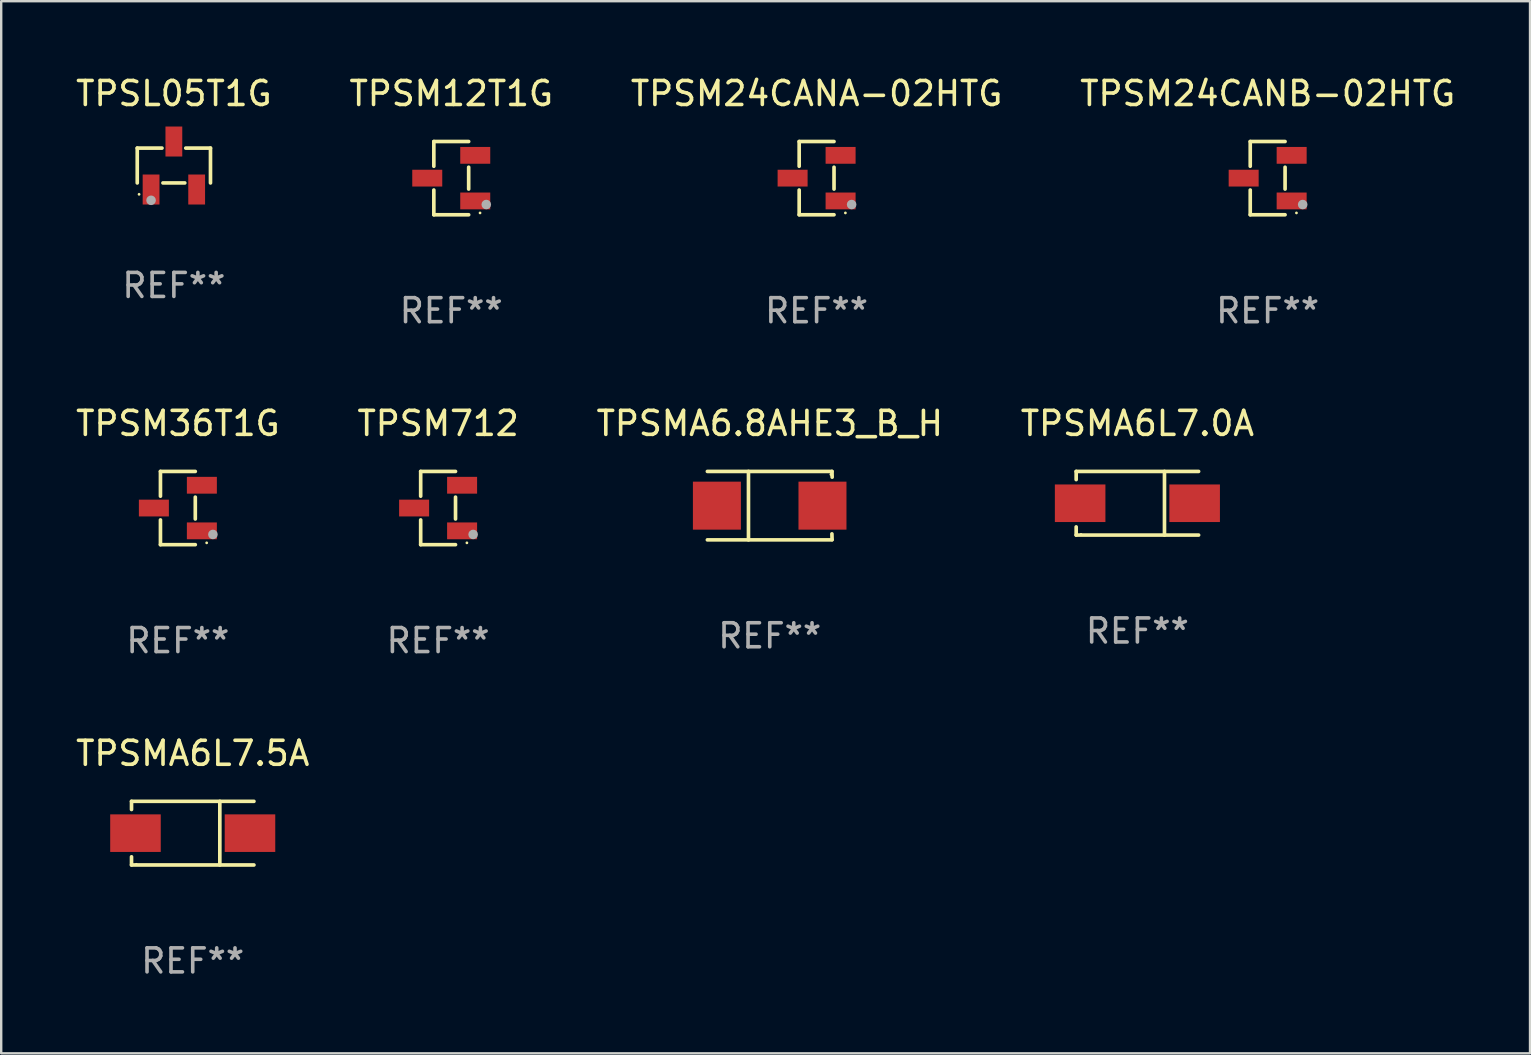
<source format=kicad_pcb>
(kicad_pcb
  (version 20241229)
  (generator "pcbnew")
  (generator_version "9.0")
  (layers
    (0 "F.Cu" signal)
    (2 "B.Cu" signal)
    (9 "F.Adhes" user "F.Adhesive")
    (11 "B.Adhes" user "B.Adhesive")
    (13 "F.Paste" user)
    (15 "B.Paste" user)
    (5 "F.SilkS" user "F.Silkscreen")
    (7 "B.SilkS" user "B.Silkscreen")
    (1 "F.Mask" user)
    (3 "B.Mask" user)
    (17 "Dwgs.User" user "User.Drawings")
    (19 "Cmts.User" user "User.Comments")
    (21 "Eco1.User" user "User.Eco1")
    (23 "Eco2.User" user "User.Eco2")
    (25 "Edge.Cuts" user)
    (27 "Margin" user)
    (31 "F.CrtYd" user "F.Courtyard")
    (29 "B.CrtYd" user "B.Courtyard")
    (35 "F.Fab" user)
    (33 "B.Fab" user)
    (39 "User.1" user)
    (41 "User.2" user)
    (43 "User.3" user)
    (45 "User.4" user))
  (footprint "TPSM24CANB-02HTG"
    (layer "F.Cu")
    (at 49.78 4.374)
    (property "Reference" "TPSM24CANB-02HTG" (at 0 -3.526 0) (layer "F.SilkS") (effects (font (size 1 1) (thickness 0.15))))
    (attr through_hole)
    (fp_line (start -0.726 -1.526) (end -0.726 -0.495) (stroke (width 0.152) (type solid)) (layer "F.SilkS"))
    (fp_line (start -0.726 1.526) (end -0.726 0.495) (stroke (width 0.152) (type solid)) (layer "F.SilkS"))
    (fp_line (start 0.726 -1.526) (end -0.726 -1.526) (stroke (width 0.152) (type solid)) (layer "F.SilkS"))
    (fp_line (start 0.726 -0.455) (end 0.726 0.455) (stroke (width 0.152) (type solid)) (layer "F.SilkS"))
    (fp_line (start 0.726 1.526) (end -0.726 1.526) (stroke (width 0.152) (type solid)) (layer "F.SilkS"))
    (fp_circle (center 1.2 1.45) (end 1.23 1.45) (stroke (width 0.06) (type solid)) (fill no) (layer "F.SilkS"))
    (fp_circle (center 1.46 1.1) (end 1.56 1.1) (stroke (width 0.2) (type solid)) (fill no) (layer "F.Fab"))
    (fp_text user "REF**" (at 0 5.526 0) (layer "F.Fab") (effects (font (size 1 1) (thickness 0.15))))
    (pad "1" smd rect (at 1 0.95) (size 1.25 0.7) (layers "F.Cu" "F.Mask" "F.Paste"))
    (pad "2" smd rect (at 1 -0.95) (size 1.25 0.7) (layers "F.Cu" "F.Mask" "F.Paste"))
    (pad "3" smd rect (at -1 0) (size 1.25 0.7) (layers "F.Cu" "F.Mask" "F.Paste")))
  (footprint "TPSMA6L7.5A"
    (layer "F.Cu")
    (at 4.982 31.672)
    (property "Reference" "TPSMA6L7.5A" (at 0 -3.326 0) (layer "F.SilkS") (effects (font (size 1 1) (thickness 0.15))))
    (attr through_hole)
    (fp_line (start -2.551 -1.326) (end -2.551 -0.986) (stroke (width 0.152) (type solid)) (layer "F.SilkS"))
    (fp_line (start -2.551 1.326) (end -2.551 0.986) (stroke (width 0.152) (type solid)) (layer "F.SilkS"))
    (fp_line (start 1.129 1.326) (end 1.129 -1.326) (stroke (width 0.152) (type solid)) (layer "F.SilkS"))
    (fp_line (start 2.551 -1.326) (end -2.551 -1.326) (stroke (width 0.152) (type solid)) (layer "F.SilkS"))
    (fp_line (start 2.551 1.326) (end -2.551 1.326) (stroke (width 0.152) (type solid)) (layer "F.SilkS"))
    (fp_circle (center -2.35 1.3) (end -2.32 1.3) (stroke (width 0.06) (type solid)) (fill no) (layer "F.SilkS"))
    (fp_text user "REF**" (at 0 5.326 0) (layer "F.Fab") (effects (font (size 1 1) (thickness 0.15))))
    (pad "1" smd rect (at -2.386 0) (size 2.107 1.566) (layers "F.Cu" "F.Mask" "F.Paste"))
    (pad "2" smd rect (at 2.386 0) (size 2.107 1.566) (layers "F.Cu" "F.Mask" "F.Paste")))
  (footprint "TPSM12T1G"
    (layer "F.Cu")
    (at 15.756 4.374)
    (property "Reference" "TPSM12T1G" (at 0 -3.526 0) (layer "F.SilkS") (effects (font (size 1 1) (thickness 0.15))))
    (attr through_hole)
    (fp_line (start -0.726 -1.526) (end -0.726 -0.495) (stroke (width 0.152) (type solid)) (layer "F.SilkS"))
    (fp_line (start -0.726 1.526) (end -0.726 0.495) (stroke (width 0.152) (type solid)) (layer "F.SilkS"))
    (fp_line (start 0.726 -1.526) (end -0.726 -1.526) (stroke (width 0.152) (type solid)) (layer "F.SilkS"))
    (fp_line (start 0.726 -0.455) (end 0.726 0.455) (stroke (width 0.152) (type solid)) (layer "F.SilkS"))
    (fp_line (start 0.726 1.526) (end -0.726 1.526) (stroke (width 0.152) (type solid)) (layer "F.SilkS"))
    (fp_circle (center 1.2 1.45) (end 1.23 1.45) (stroke (width 0.06) (type solid)) (fill no) (layer "F.SilkS"))
    (fp_circle (center 1.46 1.1) (end 1.56 1.1) (stroke (width 0.2) (type solid)) (fill no) (layer "F.Fab"))
    (fp_text user "REF**" (at 0 5.526 0) (layer "F.Fab") (effects (font (size 1 1) (thickness 0.15))))
    (pad "1" smd rect (at 1 0.95) (size 1.25 0.7) (layers "F.Cu" "F.Mask" "F.Paste"))
    (pad "2" smd rect (at 1 -0.95) (size 1.25 0.7) (layers "F.Cu" "F.Mask" "F.Paste"))
    (pad "3" smd rect (at -1 0) (size 1.25 0.7) (layers "F.Cu" "F.Mask" "F.Paste")))
  (footprint "TPSM36T1G"
    (layer "F.Cu")
    (at 4.363 18.123)
    (property "Reference" "TPSM36T1G" (at 0 -3.526 0) (layer "F.SilkS") (effects (font (size 1 1) (thickness 0.15))))
    (attr through_hole)
    (fp_line (start -0.726 -1.526) (end -0.726 -0.495) (stroke (width 0.152) (type solid)) (layer "F.SilkS"))
    (fp_line (start -0.726 1.526) (end -0.726 0.495) (stroke (width 0.152) (type solid)) (layer "F.SilkS"))
    (fp_line (start 0.726 -1.526) (end -0.726 -1.526) (stroke (width 0.152) (type solid)) (layer "F.SilkS"))
    (fp_line (start 0.726 -0.455) (end 0.726 0.455) (stroke (width 0.152) (type solid)) (layer "F.SilkS"))
    (fp_line (start 0.726 1.526) (end -0.726 1.526) (stroke (width 0.152) (type solid)) (layer "F.SilkS"))
    (fp_circle (center 1.2 1.45) (end 1.23 1.45) (stroke (width 0.06) (type solid)) (fill no) (layer "F.SilkS"))
    (fp_circle (center 1.46 1.1) (end 1.56 1.1) (stroke (width 0.2) (type solid)) (fill no) (layer "F.Fab"))
    (fp_text user "REF**" (at 0 5.526 0) (layer "F.Fab") (effects (font (size 1 1) (thickness 0.15))))
    (pad "1" smd rect (at 1 0.95) (size 1.25 0.7) (layers "F.Cu" "F.Mask" "F.Paste"))
    (pad "2" smd rect (at 1 -0.95) (size 1.25 0.7) (layers "F.Cu" "F.Mask" "F.Paste"))
    (pad "3" smd rect (at -1 0) (size 1.25 0.7) (layers "F.Cu" "F.Mask" "F.Paste")))
  (footprint "TPSMA6L7.0A"
    (layer "F.Cu")
    (at 44.351 17.923)
    (property "Reference" "TPSMA6L7.0A" (at 0 -3.326 0) (layer "F.SilkS") (effects (font (size 1 1) (thickness 0.15))))
    (attr through_hole)
    (fp_line (start -2.551 -1.326) (end -2.551 -0.986) (stroke (width 0.152) (type solid)) (layer "F.SilkS"))
    (fp_line (start -2.551 1.326) (end -2.551 0.986) (stroke (width 0.152) (type solid)) (layer "F.SilkS"))
    (fp_line (start 1.129 1.326) (end 1.129 -1.326) (stroke (width 0.152) (type solid)) (layer "F.SilkS"))
    (fp_line (start 2.551 -1.326) (end -2.551 -1.326) (stroke (width 0.152) (type solid)) (layer "F.SilkS"))
    (fp_line (start 2.551 1.326) (end -2.551 1.326) (stroke (width 0.152) (type solid)) (layer "F.SilkS"))
    (fp_circle (center -2.35 1.3) (end -2.32 1.3) (stroke (width 0.06) (type solid)) (fill no) (layer "F.SilkS"))
    (fp_text user "REF**" (at 0 5.326 0) (layer "F.Fab") (effects (font (size 1 1) (thickness 0.15))))
    (pad "1" smd rect (at -2.386 0) (size 2.107 1.566) (layers "F.Cu" "F.Mask" "F.Paste"))
    (pad "2" smd rect (at 2.386 0) (size 2.107 1.566) (layers "F.Cu" "F.Mask" "F.Paste")))
  (footprint "TPSL05T1G"
    (layer "F.Cu")
    (at 4.196 3.848)
    (property "Reference" "TPSL05T1G" (at 0 -3 0) (layer "F.SilkS") (effects (font (size 1 1) (thickness 0.15))))
    (attr through_hole)
    (fp_line (start -1.526 -0.726) (end -0.495 -0.726) (stroke (width 0.152) (type solid)) (layer "F.SilkS"))
    (fp_line (start -1.526 0.726) (end -1.526 -0.726) (stroke (width 0.152) (type solid)) (layer "F.SilkS"))
    (fp_line (start 0.455 0.726) (end -0.455 0.726) (stroke (width 0.152) (type solid)) (layer "F.SilkS"))
    (fp_line (start 1.526 -0.726) (end 0.495 -0.726) (stroke (width 0.152) (type solid)) (layer "F.SilkS"))
    (fp_line (start 1.526 0.726) (end 1.526 -0.726) (stroke (width 0.152) (type solid)) (layer "F.SilkS"))
    (fp_circle (center -1.45 1.2) (end -1.42 1.2) (stroke (width 0.06) (type solid)) (fill no) (layer "F.SilkS"))
    (fp_circle (center -0.95 1.45) (end -0.85 1.45) (stroke (width 0.2) (type solid)) (fill no) (layer "F.Fab"))
    (fp_text user "REF**" (at 0 5 0) (layer "F.Fab") (effects (font (size 1 1) (thickness 0.15))))
    (pad "1" smd rect (at -0.95 1 270) (size 1.25 0.7) (layers "F.Cu" "F.Mask" "F.Paste"))
    (pad "2" smd rect (at 0.95 1 270) (size 1.25 0.7) (layers "F.Cu" "F.Mask" "F.Paste"))
    (pad "3" smd rect (at 0 -1 270) (size 1.25 0.7) (layers "F.Cu" "F.Mask" "F.Paste")))
  (footprint "TPSM24CANA-02HTG"
    (layer "F.Cu")
    (at 30.982 4.374)
    (property "Reference" "TPSM24CANA-02HTG" (at 0 -3.526 0) (layer "F.SilkS") (effects (font (size 1 1) (thickness 0.15))))
    (attr through_hole)
    (fp_line (start -0.726 -1.526) (end -0.726 -0.495) (stroke (width 0.152) (type solid)) (layer "F.SilkS"))
    (fp_line (start -0.726 1.526) (end -0.726 0.495) (stroke (width 0.152) (type solid)) (layer "F.SilkS"))
    (fp_line (start 0.726 -1.526) (end -0.726 -1.526) (stroke (width 0.152) (type solid)) (layer "F.SilkS"))
    (fp_line (start 0.726 -0.455) (end 0.726 0.455) (stroke (width 0.152) (type solid)) (layer "F.SilkS"))
    (fp_line (start 0.726 1.526) (end -0.726 1.526) (stroke (width 0.152) (type solid)) (layer "F.SilkS"))
    (fp_circle (center 1.2 1.45) (end 1.23 1.45) (stroke (width 0.06) (type solid)) (fill no) (layer "F.SilkS"))
    (fp_circle (center 1.46 1.1) (end 1.56 1.1) (stroke (width 0.2) (type solid)) (fill no) (layer "F.Fab"))
    (fp_text user "REF**" (at 0 5.526 0) (layer "F.Fab") (effects (font (size 1 1) (thickness 0.15))))
    (pad "1" smd rect (at 1 0.95) (size 1.25 0.7) (layers "F.Cu" "F.Mask" "F.Paste"))
    (pad "2" smd rect (at 1 -0.95) (size 1.25 0.7) (layers "F.Cu" "F.Mask" "F.Paste"))
    (pad "3" smd rect (at -1 0) (size 1.25 0.7) (layers "F.Cu" "F.Mask" "F.Paste")))
  (footprint "TPSM712"
    (layer "F.Cu")
    (at 15.208 18.123)
    (property "Reference" "TPSM712" (at 0 -3.526 0) (layer "F.SilkS") (effects (font (size 1 1) (thickness 0.15))))
    (attr through_hole)
    (fp_line (start -0.726 -1.526) (end -0.726 -0.495) (stroke (width 0.152) (type solid)) (layer "F.SilkS"))
    (fp_line (start -0.726 1.526) (end -0.726 0.495) (stroke (width 0.152) (type solid)) (layer "F.SilkS"))
    (fp_line (start 0.726 -1.526) (end -0.726 -1.526) (stroke (width 0.152) (type solid)) (layer "F.SilkS"))
    (fp_line (start 0.726 -0.455) (end 0.726 0.455) (stroke (width 0.152) (type solid)) (layer "F.SilkS"))
    (fp_line (start 0.726 1.526) (end -0.726 1.526) (stroke (width 0.152) (type solid)) (layer "F.SilkS"))
    (fp_circle (center 1.2 1.45) (end 1.23 1.45) (stroke (width 0.06) (type solid)) (fill no) (layer "F.SilkS"))
    (fp_circle (center 1.46 1.1) (end 1.56 1.1) (stroke (width 0.2) (type solid)) (fill no) (layer "F.Fab"))
    (fp_text user "REF**" (at 0 5.526 0) (layer "F.Fab") (effects (font (size 1 1) (thickness 0.15))))
    (pad "1" smd rect (at 1 0.95) (size 1.25 0.7) (layers "F.Cu" "F.Mask" "F.Paste"))
    (pad "2" smd rect (at 1 -0.95) (size 1.25 0.7) (layers "F.Cu" "F.Mask" "F.Paste"))
    (pad "3" smd rect (at -1 0) (size 1.25 0.7) (layers "F.Cu" "F.Mask" "F.Paste")))
  (footprint "TPSMA6.8AHE3_B_H"
    (layer "F.Cu")
    (at 29.03 18.023)
    (property "Reference" "TPSMA6.8AHE3_B_H" (at 0 -3.426 0) (layer "F.SilkS") (effects (font (size 1 1) (thickness 0.15))))
    (attr through_hole)
    (fp_line (start -2.6 -1.426) (end 2.593 -1.426) (stroke (width 0.152) (type solid)) (layer "F.SilkS"))
    (fp_line (start -2.6 1.426) (end 2.593 1.426) (stroke (width 0.152) (type solid)) (layer "F.SilkS"))
    (fp_line (start -0.887 -1.426) (end -0.887 1.426) (stroke (width 0.152) (type solid)) (layer "F.SilkS"))
    (fp_line (start 2.59 1.176) (end 2.597 1.415) (stroke (width 0.152) (type solid)) (layer "F.SilkS"))
    (fp_line (start 2.593 -1.426) (end 2.6 -1.187) (stroke (width 0.152) (type solid)) (layer "F.SilkS"))
    (fp_circle (center 2.547 -1.3) (end 2.577 -1.3) (stroke (width 0.06) (type solid)) (fill no) (layer "F.SilkS"))
    (fp_text user "REF**" (at 0 5.426 0) (layer "F.Fab") (effects (font (size 1 1) (thickness 0.15))))
    (pad "1" smd rect (at 2.197 -0.000025 180) (size 2 2) (layers "F.Cu" "F.Mask" "F.Paste"))
    (pad "2" smd rect (at -2.203 -0.000025 180) (size 2 2) (layers "F.Cu" "F.Mask" "F.Paste")))
  (gr_rect
    (start -3 -3)
    (end 60.714 40.847)
    (stroke (width 0.1) (type default))
    (fill no)
    (layer "Edge.Cuts")))
</source>
